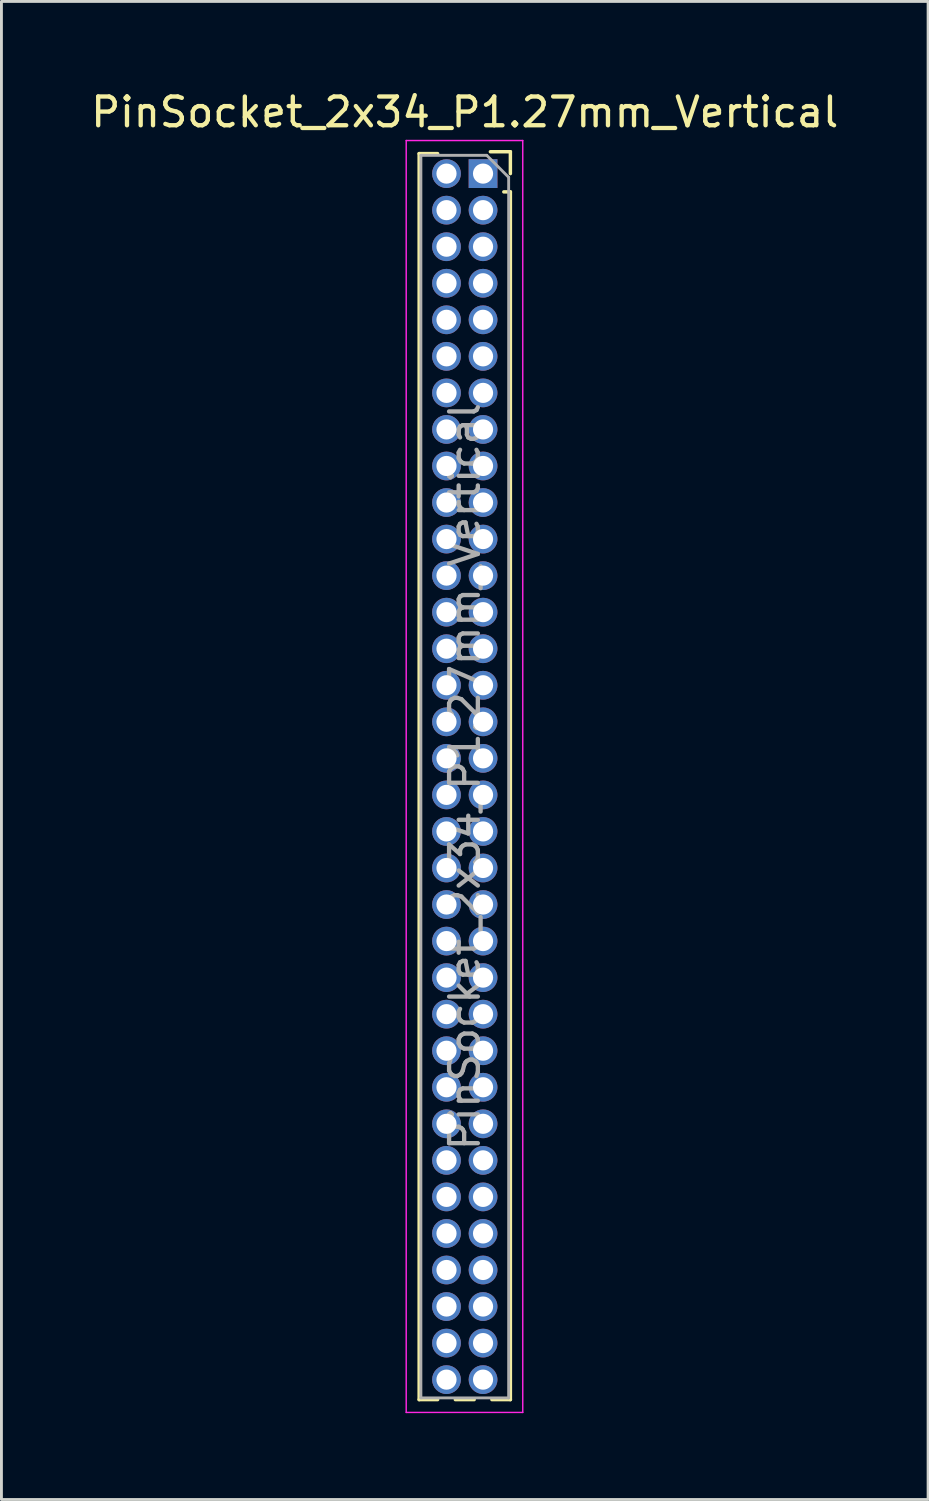
<source format=kicad_pcb>
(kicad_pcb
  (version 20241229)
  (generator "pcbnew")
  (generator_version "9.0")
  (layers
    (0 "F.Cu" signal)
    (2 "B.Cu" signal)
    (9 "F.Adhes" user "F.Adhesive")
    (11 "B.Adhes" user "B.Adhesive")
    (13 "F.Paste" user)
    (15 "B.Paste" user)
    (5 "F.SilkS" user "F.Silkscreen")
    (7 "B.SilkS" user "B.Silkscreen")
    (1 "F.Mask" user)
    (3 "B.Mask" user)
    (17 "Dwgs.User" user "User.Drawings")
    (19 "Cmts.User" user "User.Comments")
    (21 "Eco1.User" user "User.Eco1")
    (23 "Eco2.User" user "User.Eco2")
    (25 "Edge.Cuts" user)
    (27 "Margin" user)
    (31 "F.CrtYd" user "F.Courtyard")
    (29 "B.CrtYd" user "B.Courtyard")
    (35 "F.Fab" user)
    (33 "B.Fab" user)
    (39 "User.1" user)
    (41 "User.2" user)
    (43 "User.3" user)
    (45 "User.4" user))
  (footprint "PinSocket_2x34_P1.27mm_Vertical"
    (layer "F.Cu")
    (at 13.736 2.983)
    (property "Reference" "PinSocket_2x34_P1.27mm_Vertical" (at -0.635 -2.135 0) (layer "F.SilkS") (effects (font (size 1 1) (thickness 0.15))))
    (attr through_hole)
    (fp_line (start -2.22 -0.695) (end -2.22 42.605) (stroke (width 0.12) (type solid)) (layer "F.SilkS"))
    (fp_line (start -2.22 -0.695) (end -1.578 -0.695) (stroke (width 0.12) (type solid)) (layer "F.SilkS"))
    (fp_line (start -2.22 42.605) (end -1.578 42.605) (stroke (width 0.12) (type solid)) (layer "F.SilkS"))
    (fp_line (start -0.962 42.605) (end -0.308 42.605) (stroke (width 0.12) (type solid)) (layer "F.SilkS"))
    (fp_line (start 0.255 -0.76) (end 0.95 -0.76) (stroke (width 0.12) (type solid)) (layer "F.SilkS"))
    (fp_line (start 0.308 42.605) (end 0.95 42.605) (stroke (width 0.12) (type solid)) (layer "F.SilkS"))
    (fp_line (start 0.722 0.635) (end 0.95 0.635) (stroke (width 0.12) (type solid)) (layer "F.SilkS"))
    (fp_line (start 0.95 -0.76) (end 0.95 0) (stroke (width 0.12) (type solid)) (layer "F.SilkS"))
    (fp_line (start 0.95 0.635) (end 0.95 42.605) (stroke (width 0.12) (type solid)) (layer "F.SilkS"))
    (fp_line (start -2.67 -1.15) (end 1.38 -1.15) (stroke (width 0.05) (type solid)) (layer "F.CrtYd"))
    (fp_line (start -2.67 43.05) (end -2.67 -1.15) (stroke (width 0.05) (type solid)) (layer "F.CrtYd"))
    (fp_line (start 1.38 -1.15) (end 1.38 43.05) (stroke (width 0.05) (type solid)) (layer "F.CrtYd"))
    (fp_line (start 1.38 43.05) (end -2.67 43.05) (stroke (width 0.05) (type solid)) (layer "F.CrtYd"))
    (fp_line (start -2.16 -0.635) (end 0.128 -0.635) (stroke (width 0.1) (type solid)) (layer "F.Fab"))
    (fp_line (start -2.16 42.545) (end -2.16 -0.635) (stroke (width 0.1) (type solid)) (layer "F.Fab"))
    (fp_line (start 0.128 -0.635) (end 0.89 0.128) (stroke (width 0.1) (type solid)) (layer "F.Fab"))
    (fp_line (start 0.89 0.128) (end 0.89 42.545) (stroke (width 0.1) (type solid)) (layer "F.Fab"))
    (fp_line (start 0.89 42.545) (end -2.16 42.545) (stroke (width 0.1) (type solid)) (layer "F.Fab"))
    (fp_text user "${REFERENCE}" (at -0.635 20.955 90) (layer "F.Fab") (effects (font (size 1 1) (thickness 0.15))))
    (pad "1" thru_hole rect (at 0 0) (size 1 1) (drill 0.7) (layers "*.Cu" "*.Mask"))
    (pad "2" thru_hole oval (at -1.27 0) (size 1 1) (drill 0.7) (layers "*.Cu" "*.Mask"))
    (pad "3" thru_hole oval (at 0 1.27) (size 1 1) (drill 0.7) (layers "*.Cu" "*.Mask"))
    (pad "4" thru_hole oval (at -1.27 1.27) (size 1 1) (drill 0.7) (layers "*.Cu" "*.Mask"))
    (pad "5" thru_hole oval (at 0 2.54) (size 1 1) (drill 0.7) (layers "*.Cu" "*.Mask"))
    (pad "6" thru_hole oval (at -1.27 2.54) (size 1 1) (drill 0.7) (layers "*.Cu" "*.Mask"))
    (pad "7" thru_hole oval (at 0 3.81) (size 1 1) (drill 0.7) (layers "*.Cu" "*.Mask"))
    (pad "8" thru_hole oval (at -1.27 3.81) (size 1 1) (drill 0.7) (layers "*.Cu" "*.Mask"))
    (pad "9" thru_hole oval (at 0 5.08) (size 1 1) (drill 0.7) (layers "*.Cu" "*.Mask"))
    (pad "10" thru_hole oval (at -1.27 5.08) (size 1 1) (drill 0.7) (layers "*.Cu" "*.Mask"))
    (pad "11" thru_hole oval (at 0 6.35) (size 1 1) (drill 0.7) (layers "*.Cu" "*.Mask"))
    (pad "12" thru_hole oval (at -1.27 6.35) (size 1 1) (drill 0.7) (layers "*.Cu" "*.Mask"))
    (pad "13" thru_hole oval (at 0 7.62) (size 1 1) (drill 0.7) (layers "*.Cu" "*.Mask"))
    (pad "14" thru_hole oval (at -1.27 7.62) (size 1 1) (drill 0.7) (layers "*.Cu" "*.Mask"))
    (pad "15" thru_hole oval (at 0 8.89) (size 1 1) (drill 0.7) (layers "*.Cu" "*.Mask"))
    (pad "16" thru_hole oval (at -1.27 8.89) (size 1 1) (drill 0.7) (layers "*.Cu" "*.Mask"))
    (pad "17" thru_hole oval (at 0 10.16) (size 1 1) (drill 0.7) (layers "*.Cu" "*.Mask"))
    (pad "18" thru_hole oval (at -1.27 10.16) (size 1 1) (drill 0.7) (layers "*.Cu" "*.Mask"))
    (pad "19" thru_hole oval (at 0 11.43) (size 1 1) (drill 0.7) (layers "*.Cu" "*.Mask"))
    (pad "20" thru_hole oval (at -1.27 11.43) (size 1 1) (drill 0.7) (layers "*.Cu" "*.Mask"))
    (pad "21" thru_hole oval (at 0 12.7) (size 1 1) (drill 0.7) (layers "*.Cu" "*.Mask"))
    (pad "22" thru_hole oval (at -1.27 12.7) (size 1 1) (drill 0.7) (layers "*.Cu" "*.Mask"))
    (pad "23" thru_hole oval (at 0 13.97) (size 1 1) (drill 0.7) (layers "*.Cu" "*.Mask"))
    (pad "24" thru_hole oval (at -1.27 13.97) (size 1 1) (drill 0.7) (layers "*.Cu" "*.Mask"))
    (pad "25" thru_hole oval (at 0 15.24) (size 1 1) (drill 0.7) (layers "*.Cu" "*.Mask"))
    (pad "26" thru_hole oval (at -1.27 15.24) (size 1 1) (drill 0.7) (layers "*.Cu" "*.Mask"))
    (pad "27" thru_hole oval (at 0 16.51) (size 1 1) (drill 0.7) (layers "*.Cu" "*.Mask"))
    (pad "28" thru_hole oval (at -1.27 16.51) (size 1 1) (drill 0.7) (layers "*.Cu" "*.Mask"))
    (pad "29" thru_hole oval (at 0 17.78) (size 1 1) (drill 0.7) (layers "*.Cu" "*.Mask"))
    (pad "30" thru_hole oval (at -1.27 17.78) (size 1 1) (drill 0.7) (layers "*.Cu" "*.Mask"))
    (pad "31" thru_hole oval (at 0 19.05) (size 1 1) (drill 0.7) (layers "*.Cu" "*.Mask"))
    (pad "32" thru_hole oval (at -1.27 19.05) (size 1 1) (drill 0.7) (layers "*.Cu" "*.Mask"))
    (pad "33" thru_hole oval (at 0 20.32) (size 1 1) (drill 0.7) (layers "*.Cu" "*.Mask"))
    (pad "34" thru_hole oval (at -1.27 20.32) (size 1 1) (drill 0.7) (layers "*.Cu" "*.Mask"))
    (pad "35" thru_hole oval (at 0 21.59) (size 1 1) (drill 0.7) (layers "*.Cu" "*.Mask"))
    (pad "36" thru_hole oval (at -1.27 21.59) (size 1 1) (drill 0.7) (layers "*.Cu" "*.Mask"))
    (pad "37" thru_hole oval (at 0 22.86) (size 1 1) (drill 0.7) (layers "*.Cu" "*.Mask"))
    (pad "38" thru_hole oval (at -1.27 22.86) (size 1 1) (drill 0.7) (layers "*.Cu" "*.Mask"))
    (pad "39" thru_hole oval (at 0 24.13) (size 1 1) (drill 0.7) (layers "*.Cu" "*.Mask"))
    (pad "40" thru_hole oval (at -1.27 24.13) (size 1 1) (drill 0.7) (layers "*.Cu" "*.Mask"))
    (pad "41" thru_hole oval (at 0 25.4) (size 1 1) (drill 0.7) (layers "*.Cu" "*.Mask"))
    (pad "42" thru_hole oval (at -1.27 25.4) (size 1 1) (drill 0.7) (layers "*.Cu" "*.Mask"))
    (pad "43" thru_hole oval (at 0 26.67) (size 1 1) (drill 0.7) (layers "*.Cu" "*.Mask"))
    (pad "44" thru_hole oval (at -1.27 26.67) (size 1 1) (drill 0.7) (layers "*.Cu" "*.Mask"))
    (pad "45" thru_hole oval (at 0 27.94) (size 1 1) (drill 0.7) (layers "*.Cu" "*.Mask"))
    (pad "46" thru_hole oval (at -1.27 27.94) (size 1 1) (drill 0.7) (layers "*.Cu" "*.Mask"))
    (pad "47" thru_hole oval (at 0 29.21) (size 1 1) (drill 0.7) (layers "*.Cu" "*.Mask"))
    (pad "48" thru_hole oval (at -1.27 29.21) (size 1 1) (drill 0.7) (layers "*.Cu" "*.Mask"))
    (pad "49" thru_hole oval (at 0 30.48) (size 1 1) (drill 0.7) (layers "*.Cu" "*.Mask"))
    (pad "50" thru_hole oval (at -1.27 30.48) (size 1 1) (drill 0.7) (layers "*.Cu" "*.Mask"))
    (pad "51" thru_hole oval (at 0 31.75) (size 1 1) (drill 0.7) (layers "*.Cu" "*.Mask"))
    (pad "52" thru_hole oval (at -1.27 31.75) (size 1 1) (drill 0.7) (layers "*.Cu" "*.Mask"))
    (pad "53" thru_hole oval (at 0 33.02) (size 1 1) (drill 0.7) (layers "*.Cu" "*.Mask"))
    (pad "54" thru_hole oval (at -1.27 33.02) (size 1 1) (drill 0.7) (layers "*.Cu" "*.Mask"))
    (pad "55" thru_hole oval (at 0 34.29) (size 1 1) (drill 0.7) (layers "*.Cu" "*.Mask"))
    (pad "56" thru_hole oval (at -1.27 34.29) (size 1 1) (drill 0.7) (layers "*.Cu" "*.Mask"))
    (pad "57" thru_hole oval (at 0 35.56) (size 1 1) (drill 0.7) (layers "*.Cu" "*.Mask"))
    (pad "58" thru_hole oval (at -1.27 35.56) (size 1 1) (drill 0.7) (layers "*.Cu" "*.Mask"))
    (pad "59" thru_hole oval (at 0 36.83) (size 1 1) (drill 0.7) (layers "*.Cu" "*.Mask"))
    (pad "60" thru_hole oval (at -1.27 36.83) (size 1 1) (drill 0.7) (layers "*.Cu" "*.Mask"))
    (pad "61" thru_hole oval (at 0 38.1) (size 1 1) (drill 0.7) (layers "*.Cu" "*.Mask"))
    (pad "62" thru_hole oval (at -1.27 38.1) (size 1 1) (drill 0.7) (layers "*.Cu" "*.Mask"))
    (pad "63" thru_hole oval (at 0 39.37) (size 1 1) (drill 0.7) (layers "*.Cu" "*.Mask"))
    (pad "64" thru_hole oval (at -1.27 39.37) (size 1 1) (drill 0.7) (layers "*.Cu" "*.Mask"))
    (pad "65" thru_hole oval (at 0 40.64) (size 1 1) (drill 0.7) (layers "*.Cu" "*.Mask"))
    (pad "66" thru_hole oval (at -1.27 40.64) (size 1 1) (drill 0.7) (layers "*.Cu" "*.Mask"))
    (pad "67" thru_hole oval (at 0 41.91) (size 1 1) (drill 0.7) (layers "*.Cu" "*.Mask"))
    (pad "68" thru_hole oval (at -1.27 41.91) (size 1 1) (drill 0.7) (layers "*.Cu" "*.Mask")))
  (gr_rect
    (start -3 -3)
    (end 29.202 49.058)
    (stroke (width 0.1) (type default))
    (fill no)
    (layer "Edge.Cuts")))
</source>
